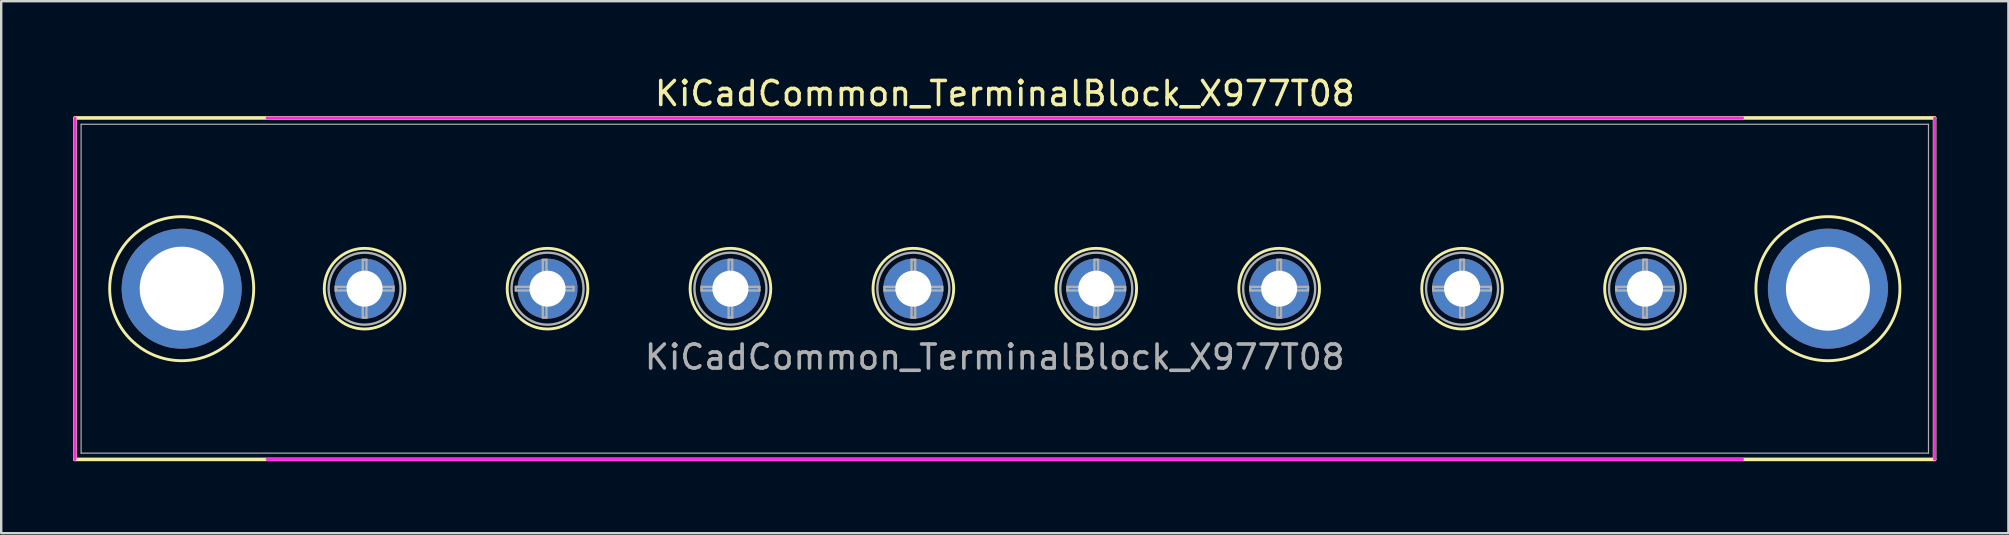
<source format=kicad_pcb>
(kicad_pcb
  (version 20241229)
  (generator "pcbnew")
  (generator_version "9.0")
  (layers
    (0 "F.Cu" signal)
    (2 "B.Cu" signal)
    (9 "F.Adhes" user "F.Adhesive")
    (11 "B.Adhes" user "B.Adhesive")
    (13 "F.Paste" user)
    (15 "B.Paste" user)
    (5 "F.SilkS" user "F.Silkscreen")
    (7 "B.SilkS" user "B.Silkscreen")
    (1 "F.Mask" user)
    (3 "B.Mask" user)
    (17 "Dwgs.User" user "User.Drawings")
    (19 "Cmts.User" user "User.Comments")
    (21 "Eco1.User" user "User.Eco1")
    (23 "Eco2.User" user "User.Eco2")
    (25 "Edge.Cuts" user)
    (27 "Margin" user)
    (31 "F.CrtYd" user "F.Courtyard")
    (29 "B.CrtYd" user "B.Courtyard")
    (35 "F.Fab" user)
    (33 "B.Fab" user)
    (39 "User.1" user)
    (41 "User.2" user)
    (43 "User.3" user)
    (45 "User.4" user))
  (footprint "KiCadCommon_TerminalBlock_X977T08"
    (layer "F.Cu")
    (at 12.139 8.976)
    (property "Reference" "KiCadCommon_TerminalBlock_X977T08" (at 26.67 -8.128 0) (layer "F.SilkS") (effects (font (size 1 1) (thickness 0.15))))
    (attr through_hole)
    (fp_line (start -12.064 -7.112) (end -12.064 7.112) (stroke (width 0.15) (type solid)) (layer "F.SilkS"))
    (fp_line (start -12.064 7.112) (end 65.404 7.112) (stroke (width 0.15) (type solid)) (layer "F.SilkS"))
    (fp_line (start 65.404 -7.112) (end -12.064 -7.112) (stroke (width 0.15) (type solid)) (layer "F.SilkS"))
    (fp_line (start 65.404 7.112) (end 65.404 -7.112) (stroke (width 0.15) (type solid)) (layer "F.SilkS"))
    (fp_circle (center -7.62 0) (end -4.62 0) (stroke (width 0.12) (type solid)) (fill no) (layer "F.SilkS"))
    (fp_circle (center 0 0) (end 1.68 0) (stroke (width 0.12) (type solid)) (fill no) (layer "F.SilkS"))
    (fp_circle (center 7.62 0) (end 9.3 0) (stroke (width 0.12) (type solid)) (fill no) (layer "F.SilkS"))
    (fp_circle (center 15.24 0) (end 16.92 0) (stroke (width 0.12) (type solid)) (fill no) (layer "F.SilkS"))
    (fp_circle (center 22.86 0) (end 24.54 0) (stroke (width 0.12) (type solid)) (fill no) (layer "F.SilkS"))
    (fp_circle (center 30.48 0) (end 32.16 0) (stroke (width 0.12) (type solid)) (fill no) (layer "F.SilkS"))
    (fp_circle (center 38.1 0) (end 39.78 0) (stroke (width 0.12) (type solid)) (fill no) (layer "F.SilkS"))
    (fp_circle (center 45.72 0) (end 47.4 0) (stroke (width 0.12) (type solid)) (fill no) (layer "F.SilkS"))
    (fp_circle (center 53.34 0) (end 55.02 0) (stroke (width 0.12) (type solid)) (fill no) (layer "F.SilkS"))
    (fp_circle (center 60.96 0) (end 63.96 0) (stroke (width 0.12) (type solid)) (fill no) (layer "F.SilkS"))
    (fp_line (start -12.064 7.112) (end -12.064 -7.112) (stroke (width 0.12) (type solid)) (layer "F.CrtYd"))
    (fp_line (start -4.064 -7.112) (end 57.404 -7.112) (stroke (width 0.12) (type solid)) (layer "F.CrtYd"))
    (fp_line (start 57.404 7.112) (end -4.064 7.112) (stroke (width 0.12) (type solid)) (layer "F.CrtYd"))
    (fp_line (start 65.404 -7.112) (end 65.404 7.112) (stroke (width 0.12) (type solid)) (layer "F.CrtYd"))
    (fp_line (start -11.81 -6.85) (end -11.81 6.85) (stroke (width 0.05) (type solid)) (layer "F.Fab"))
    (fp_line (start -11.81 6.85) (end 65.15 6.85) (stroke (width 0.05) (type solid)) (layer "F.Fab"))
    (fp_line (start -1.201 -0.076) (end -0.076 -0.076) (stroke (width 0.1) (type solid)) (layer "F.Fab"))
    (fp_line (start -1.201 0.076) (end -1.201 -0.076) (stroke (width 0.1) (type solid)) (layer "F.Fab"))
    (fp_line (start -0.076 -1.201) (end 0.076 -1.201) (stroke (width 0.1) (type solid)) (layer "F.Fab"))
    (fp_line (start -0.076 -0.076) (end -0.076 -1.201) (stroke (width 0.1) (type solid)) (layer "F.Fab"))
    (fp_line (start -0.076 0.076) (end -1.201 0.076) (stroke (width 0.1) (type solid)) (layer "F.Fab"))
    (fp_line (start -0.076 1.201) (end -0.076 0.076) (stroke (width 0.1) (type solid)) (layer "F.Fab"))
    (fp_line (start 0.076 -1.201) (end 0.076 -0.076) (stroke (width 0.1) (type solid)) (layer "F.Fab"))
    (fp_line (start 0.076 -0.076) (end 1.201 -0.076) (stroke (width 0.1) (type solid)) (layer "F.Fab"))
    (fp_line (start 0.076 0.076) (end 0.076 1.201) (stroke (width 0.1) (type solid)) (layer "F.Fab"))
    (fp_line (start 0.076 1.201) (end -0.076 1.201) (stroke (width 0.1) (type solid)) (layer "F.Fab"))
    (fp_line (start 1.201 -0.076) (end 1.201 0.076) (stroke (width 0.1) (type solid)) (layer "F.Fab"))
    (fp_line (start 1.201 0.076) (end 0.076 0.076) (stroke (width 0.1) (type solid)) (layer "F.Fab"))
    (fp_line (start 6.299 -0.076) (end 7.424 -0.076) (stroke (width 0.1) (type solid)) (layer "F.Fab"))
    (fp_line (start 6.299 0.076) (end 6.299 -0.076) (stroke (width 0.1) (type solid)) (layer "F.Fab"))
    (fp_line (start 7.424 -1.201) (end 7.576 -1.201) (stroke (width 0.1) (type solid)) (layer "F.Fab"))
    (fp_line (start 7.424 -0.076) (end 7.424 -1.201) (stroke (width 0.1) (type solid)) (layer "F.Fab"))
    (fp_line (start 7.424 0.076) (end 6.299 0.076) (stroke (width 0.1) (type solid)) (layer "F.Fab"))
    (fp_line (start 7.424 1.201) (end 7.424 0.076) (stroke (width 0.1) (type solid)) (layer "F.Fab"))
    (fp_line (start 7.576 -1.201) (end 7.576 -0.076) (stroke (width 0.1) (type solid)) (layer "F.Fab"))
    (fp_line (start 7.576 -0.076) (end 8.701 -0.076) (stroke (width 0.1) (type solid)) (layer "F.Fab"))
    (fp_line (start 7.576 0.076) (end 7.576 1.201) (stroke (width 0.1) (type solid)) (layer "F.Fab"))
    (fp_line (start 7.576 1.201) (end 7.424 1.201) (stroke (width 0.1) (type solid)) (layer "F.Fab"))
    (fp_line (start 8.701 -0.076) (end 8.701 0.076) (stroke (width 0.1) (type solid)) (layer "F.Fab"))
    (fp_line (start 8.701 0.076) (end 7.576 0.076) (stroke (width 0.1) (type solid)) (layer "F.Fab"))
    (fp_line (start 14.039 -0.076) (end 15.164 -0.076) (stroke (width 0.1) (type solid)) (layer "F.Fab"))
    (fp_line (start 14.039 0.076) (end 14.039 -0.076) (stroke (width 0.1) (type solid)) (layer "F.Fab"))
    (fp_line (start 15.164 -1.201) (end 15.316 -1.201) (stroke (width 0.1) (type solid)) (layer "F.Fab"))
    (fp_line (start 15.164 -0.076) (end 15.164 -1.201) (stroke (width 0.1) (type solid)) (layer "F.Fab"))
    (fp_line (start 15.164 0.076) (end 14.039 0.076) (stroke (width 0.1) (type solid)) (layer "F.Fab"))
    (fp_line (start 15.164 1.201) (end 15.164 0.076) (stroke (width 0.1) (type solid)) (layer "F.Fab"))
    (fp_line (start 15.316 -1.201) (end 15.316 -0.076) (stroke (width 0.1) (type solid)) (layer "F.Fab"))
    (fp_line (start 15.316 -0.076) (end 16.441 -0.076) (stroke (width 0.1) (type solid)) (layer "F.Fab"))
    (fp_line (start 15.316 0.076) (end 15.316 1.201) (stroke (width 0.1) (type solid)) (layer "F.Fab"))
    (fp_line (start 15.316 1.201) (end 15.164 1.201) (stroke (width 0.1) (type solid)) (layer "F.Fab"))
    (fp_line (start 16.441 -0.076) (end 16.441 0.076) (stroke (width 0.1) (type solid)) (layer "F.Fab"))
    (fp_line (start 16.441 0.076) (end 15.316 0.076) (stroke (width 0.1) (type solid)) (layer "F.Fab"))
    (fp_line (start 21.659 -0.076) (end 22.784 -0.076) (stroke (width 0.1) (type solid)) (layer "F.Fab"))
    (fp_line (start 21.659 0.076) (end 21.659 -0.076) (stroke (width 0.1) (type solid)) (layer "F.Fab"))
    (fp_line (start 22.784 -1.201) (end 22.936 -1.201) (stroke (width 0.1) (type solid)) (layer "F.Fab"))
    (fp_line (start 22.784 -0.076) (end 22.784 -1.201) (stroke (width 0.1) (type solid)) (layer "F.Fab"))
    (fp_line (start 22.784 0.076) (end 21.659 0.076) (stroke (width 0.1) (type solid)) (layer "F.Fab"))
    (fp_line (start 22.784 1.201) (end 22.784 0.076) (stroke (width 0.1) (type solid)) (layer "F.Fab"))
    (fp_line (start 22.936 -1.201) (end 22.936 -0.076) (stroke (width 0.1) (type solid)) (layer "F.Fab"))
    (fp_line (start 22.936 -0.076) (end 24.061 -0.076) (stroke (width 0.1) (type solid)) (layer "F.Fab"))
    (fp_line (start 22.936 0.076) (end 22.936 1.201) (stroke (width 0.1) (type solid)) (layer "F.Fab"))
    (fp_line (start 22.936 1.201) (end 22.784 1.201) (stroke (width 0.1) (type solid)) (layer "F.Fab"))
    (fp_line (start 24.061 -0.076) (end 24.061 0.076) (stroke (width 0.1) (type solid)) (layer "F.Fab"))
    (fp_line (start 24.061 0.076) (end 22.936 0.076) (stroke (width 0.1) (type solid)) (layer "F.Fab"))
    (fp_line (start 29.279 -0.076) (end 30.404 -0.076) (stroke (width 0.1) (type solid)) (layer "F.Fab"))
    (fp_line (start 29.279 0.076) (end 29.279 -0.076) (stroke (width 0.1) (type solid)) (layer "F.Fab"))
    (fp_line (start 30.404 -1.201) (end 30.556 -1.201) (stroke (width 0.1) (type solid)) (layer "F.Fab"))
    (fp_line (start 30.404 -0.076) (end 30.404 -1.201) (stroke (width 0.1) (type solid)) (layer "F.Fab"))
    (fp_line (start 30.404 0.076) (end 29.279 0.076) (stroke (width 0.1) (type solid)) (layer "F.Fab"))
    (fp_line (start 30.404 1.201) (end 30.404 0.076) (stroke (width 0.1) (type solid)) (layer "F.Fab"))
    (fp_line (start 30.556 -1.201) (end 30.556 -0.076) (stroke (width 0.1) (type solid)) (layer "F.Fab"))
    (fp_line (start 30.556 -0.076) (end 31.681 -0.076) (stroke (width 0.1) (type solid)) (layer "F.Fab"))
    (fp_line (start 30.556 0.076) (end 30.556 1.201) (stroke (width 0.1) (type solid)) (layer "F.Fab"))
    (fp_line (start 30.556 1.201) (end 30.404 1.201) (stroke (width 0.1) (type solid)) (layer "F.Fab"))
    (fp_line (start 31.681 -0.076) (end 31.681 0.076) (stroke (width 0.1) (type solid)) (layer "F.Fab"))
    (fp_line (start 31.681 0.076) (end 30.556 0.076) (stroke (width 0.1) (type solid)) (layer "F.Fab"))
    (fp_line (start 36.899 -0.076) (end 38.024 -0.076) (stroke (width 0.1) (type solid)) (layer "F.Fab"))
    (fp_line (start 36.899 0.076) (end 36.899 -0.076) (stroke (width 0.1) (type solid)) (layer "F.Fab"))
    (fp_line (start 38.024 -1.201) (end 38.176 -1.201) (stroke (width 0.1) (type solid)) (layer "F.Fab"))
    (fp_line (start 38.024 -0.076) (end 38.024 -1.201) (stroke (width 0.1) (type solid)) (layer "F.Fab"))
    (fp_line (start 38.024 0.076) (end 36.899 0.076) (stroke (width 0.1) (type solid)) (layer "F.Fab"))
    (fp_line (start 38.024 1.201) (end 38.024 0.076) (stroke (width 0.1) (type solid)) (layer "F.Fab"))
    (fp_line (start 38.176 -1.201) (end 38.176 -0.076) (stroke (width 0.1) (type solid)) (layer "F.Fab"))
    (fp_line (start 38.176 -0.076) (end 39.301 -0.076) (stroke (width 0.1) (type solid)) (layer "F.Fab"))
    (fp_line (start 38.176 0.076) (end 38.176 1.201) (stroke (width 0.1) (type solid)) (layer "F.Fab"))
    (fp_line (start 38.176 1.201) (end 38.024 1.201) (stroke (width 0.1) (type solid)) (layer "F.Fab"))
    (fp_line (start 39.301 -0.076) (end 39.301 0.076) (stroke (width 0.1) (type solid)) (layer "F.Fab"))
    (fp_line (start 39.301 0.076) (end 38.176 0.076) (stroke (width 0.1) (type solid)) (layer "F.Fab"))
    (fp_line (start 44.519 -0.076) (end 45.644 -0.076) (stroke (width 0.1) (type solid)) (layer "F.Fab"))
    (fp_line (start 44.519 0.076) (end 44.519 -0.076) (stroke (width 0.1) (type solid)) (layer "F.Fab"))
    (fp_line (start 45.644 -1.201) (end 45.796 -1.201) (stroke (width 0.1) (type solid)) (layer "F.Fab"))
    (fp_line (start 45.644 -0.076) (end 45.644 -1.201) (stroke (width 0.1) (type solid)) (layer "F.Fab"))
    (fp_line (start 45.644 0.076) (end 44.519 0.076) (stroke (width 0.1) (type solid)) (layer "F.Fab"))
    (fp_line (start 45.644 1.201) (end 45.644 0.076) (stroke (width 0.1) (type solid)) (layer "F.Fab"))
    (fp_line (start 45.796 -1.201) (end 45.796 -0.076) (stroke (width 0.1) (type solid)) (layer "F.Fab"))
    (fp_line (start 45.796 -0.076) (end 46.921 -0.076) (stroke (width 0.1) (type solid)) (layer "F.Fab"))
    (fp_line (start 45.796 0.076) (end 45.796 1.201) (stroke (width 0.1) (type solid)) (layer "F.Fab"))
    (fp_line (start 45.796 1.201) (end 45.644 1.201) (stroke (width 0.1) (type solid)) (layer "F.Fab"))
    (fp_line (start 46.921 -0.076) (end 46.921 0.076) (stroke (width 0.1) (type solid)) (layer "F.Fab"))
    (fp_line (start 46.921 0.076) (end 45.796 0.076) (stroke (width 0.1) (type solid)) (layer "F.Fab"))
    (fp_line (start 52.139 -0.076) (end 53.264 -0.076) (stroke (width 0.1) (type solid)) (layer "F.Fab"))
    (fp_line (start 52.139 0.076) (end 52.139 -0.076) (stroke (width 0.1) (type solid)) (layer "F.Fab"))
    (fp_line (start 53.264 -1.201) (end 53.416 -1.201) (stroke (width 0.1) (type solid)) (layer "F.Fab"))
    (fp_line (start 53.264 -0.076) (end 53.264 -1.201) (stroke (width 0.1) (type solid)) (layer "F.Fab"))
    (fp_line (start 53.264 0.076) (end 52.139 0.076) (stroke (width 0.1) (type solid)) (layer "F.Fab"))
    (fp_line (start 53.264 1.201) (end 53.264 0.076) (stroke (width 0.1) (type solid)) (layer "F.Fab"))
    (fp_line (start 53.416 -1.201) (end 53.416 -0.076) (stroke (width 0.1) (type solid)) (layer "F.Fab"))
    (fp_line (start 53.416 -0.076) (end 54.541 -0.076) (stroke (width 0.1) (type solid)) (layer "F.Fab"))
    (fp_line (start 53.416 0.076) (end 53.416 1.201) (stroke (width 0.1) (type solid)) (layer "F.Fab"))
    (fp_line (start 53.416 1.201) (end 53.264 1.201) (stroke (width 0.1) (type solid)) (layer "F.Fab"))
    (fp_line (start 54.541 -0.076) (end 54.541 0.076) (stroke (width 0.1) (type solid)) (layer "F.Fab"))
    (fp_line (start 54.541 0.076) (end 53.416 0.076) (stroke (width 0.1) (type solid)) (layer "F.Fab"))
    (fp_line (start 65.15 -6.85) (end -11.81 -6.85) (stroke (width 0.05) (type solid)) (layer "F.Fab"))
    (fp_line (start 65.15 6.85) (end 65.15 -6.85) (stroke (width 0.05) (type solid)) (layer "F.Fab"))
    (fp_circle (center 0 0) (end 1.5 0) (stroke (width 0.1) (type solid)) (fill no) (layer "F.Fab"))
    (fp_circle (center 7.62 0) (end 9.12 0) (stroke (width 0.1) (type solid)) (fill no) (layer "F.Fab"))
    (fp_circle (center 15.24 0) (end 16.74 0) (stroke (width 0.1) (type solid)) (fill no) (layer "F.Fab"))
    (fp_circle (center 22.86 0) (end 24.36 0) (stroke (width 0.1) (type solid)) (fill no) (layer "F.Fab"))
    (fp_circle (center 30.48 0) (end 31.98 0) (stroke (width 0.1) (type solid)) (fill no) (layer "F.Fab"))
    (fp_circle (center 38.1 0) (end 39.6 0) (stroke (width 0.1) (type solid)) (fill no) (layer "F.Fab"))
    (fp_circle (center 45.72 0) (end 47.22 0) (stroke (width 0.1) (type solid)) (fill no) (layer "F.Fab"))
    (fp_circle (center 53.34 0) (end 54.84 0) (stroke (width 0.1) (type solid)) (fill no) (layer "F.Fab"))
    (fp_text user "${REFERENCE}" (at 26.25 2.85 0) (layer "F.Fab") (effects (font (size 1 1) (thickness 0.15))))
    (pad "" thru_hole circle (at -7.62 0) (size 5 5) (drill 3.5) (layers "*.Cu" "*.Mask"))
    (pad "" thru_hole circle (at 60.96 0) (size 5 5) (drill 3.5) (layers "*.Cu" "*.Mask"))
    (pad "1" thru_hole circle (at 0 0) (size 2.5 2.5) (drill 1.5) (layers "*.Cu" "*.Mask"))
    (pad "2" thru_hole circle (at 7.62 0) (size 2.5 2.5) (drill 1.5) (layers "*.Cu" "*.Mask"))
    (pad "3" thru_hole circle (at 15.24 0) (size 2.5 2.5) (drill 1.5) (layers "*.Cu" "*.Mask"))
    (pad "4" thru_hole circle (at 22.86 0) (size 2.5 2.5) (drill 1.5) (layers "*.Cu" "*.Mask"))
    (pad "5" thru_hole circle (at 30.48 0) (size 2.5 2.5) (drill 1.5) (layers "*.Cu" "*.Mask"))
    (pad "6" thru_hole circle (at 38.1 0) (size 2.5 2.5) (drill 1.5) (layers "*.Cu" "*.Mask"))
    (pad "7" thru_hole circle (at 45.72 0) (size 2.5 2.5) (drill 1.5) (layers "*.Cu" "*.Mask"))
    (pad "8" thru_hole circle (at 53.34 0) (size 2.5 2.5) (drill 1.5) (layers "*.Cu" "*.Mask")))
  (gr_rect
    (start -3 -3)
    (end 80.618 19.163)
    (stroke (width 0.1) (type default))
    (fill no)
    (layer "Edge.Cuts")))
</source>
